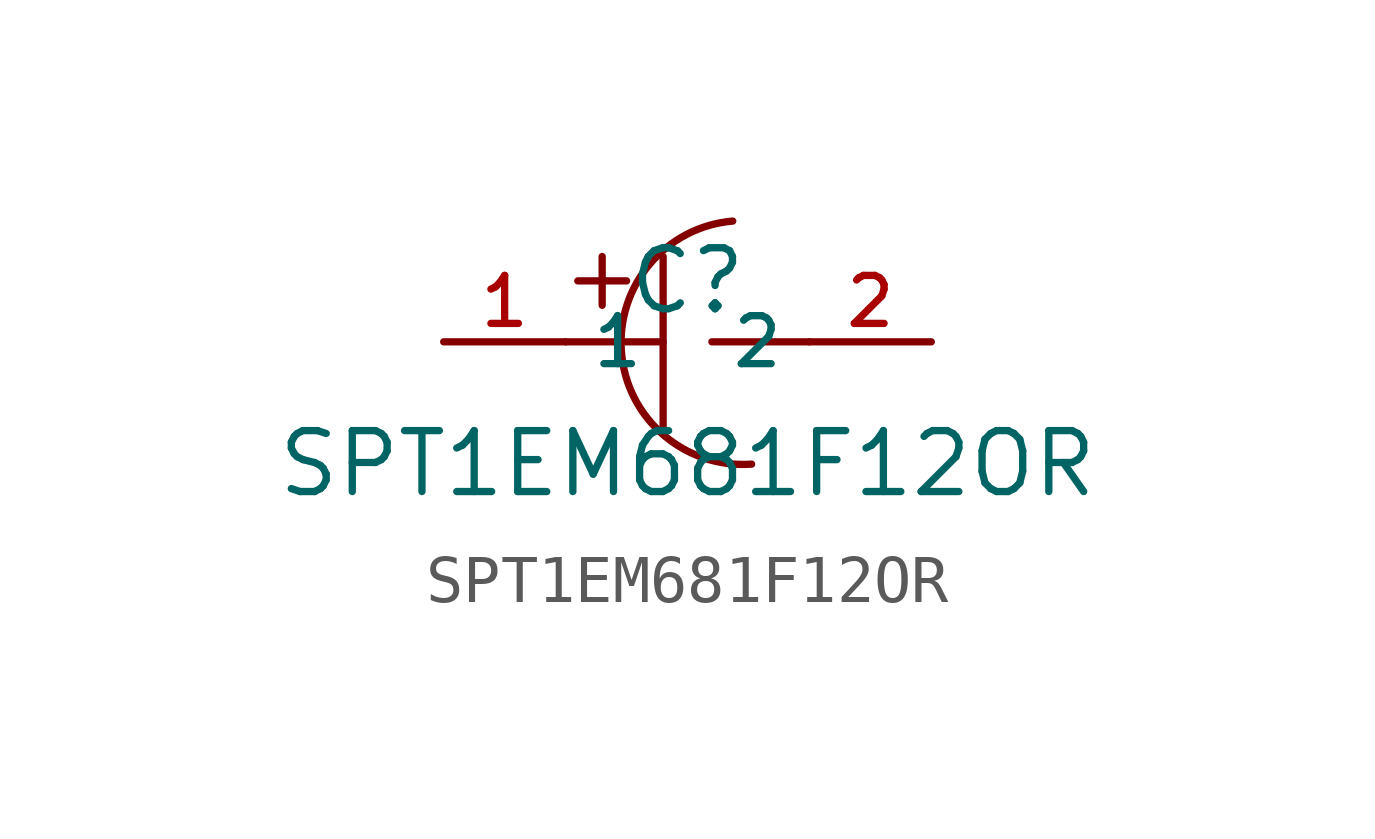
<source format=kicad_sym>
(kicad_symbol_lib
  (version 20210201)
  (generator TousstNicolas/JLC2KiCad_lib)
  (symbol "SPT1EM681F12OR"
    (property "Reference" "C"
      (at 0 1.27 0)
      (effects (font (size 1.27 1.27))))
    (property "Value" "SPT1EM681F12OR"
      (at 0 -2.54 0)
      (effects (font (size 1.27 1.27))))
    (symbol "SPT1EM681F12OR_0_1"
      (polyline (pts (xy -0.508 1.778) (xy -0.508 -1.778)) (stroke (width 0) (type default) (color 0 0 0 0)) (fill (type none)))
      (pin input line (at -5.08 -0.0 0) (length 2.54) (name "1" (effects (font (size 1 1)))) (number "1" (effects (font (size 1 1)))))
      (pin input line (at 5.08 -0.0 180) (length 2.54) (name "2" (effects (font (size 1 1)))) (number "2" (effects (font (size 1 1)))))
      (polyline (pts (xy -2.54 -0.0) (xy -0.508 -0.0)) (stroke (width 0) (type default) (color 0 0 0 0)) (fill (type none)))
      (polyline (pts (xy 0.508 -0.0) (xy 2.54 -0.0)) (stroke (width 0) (type default) (color 0 0 0 0)) (fill (type none)))
      (arc (start 1.336076669933015 -2.5488732196922568) (mid -1.393170600892016 -0.2133945408688318) (end 0.942308016927978 2.515852782158215) (stroke (width 0) (type default) (color 0 0 0 0)) (fill (type none)))
      (polyline (pts (xy -2.286 1.27) (xy -1.27 1.27)) (stroke (width 0) (type default) (color 0 0 0 0)) (fill (type none)))
      (polyline (pts (xy -1.778 1.778) (xy -1.778 0.762)) (stroke (width 0) (type default) (color 0 0 0 0)) (fill (type none))))))
</source>
